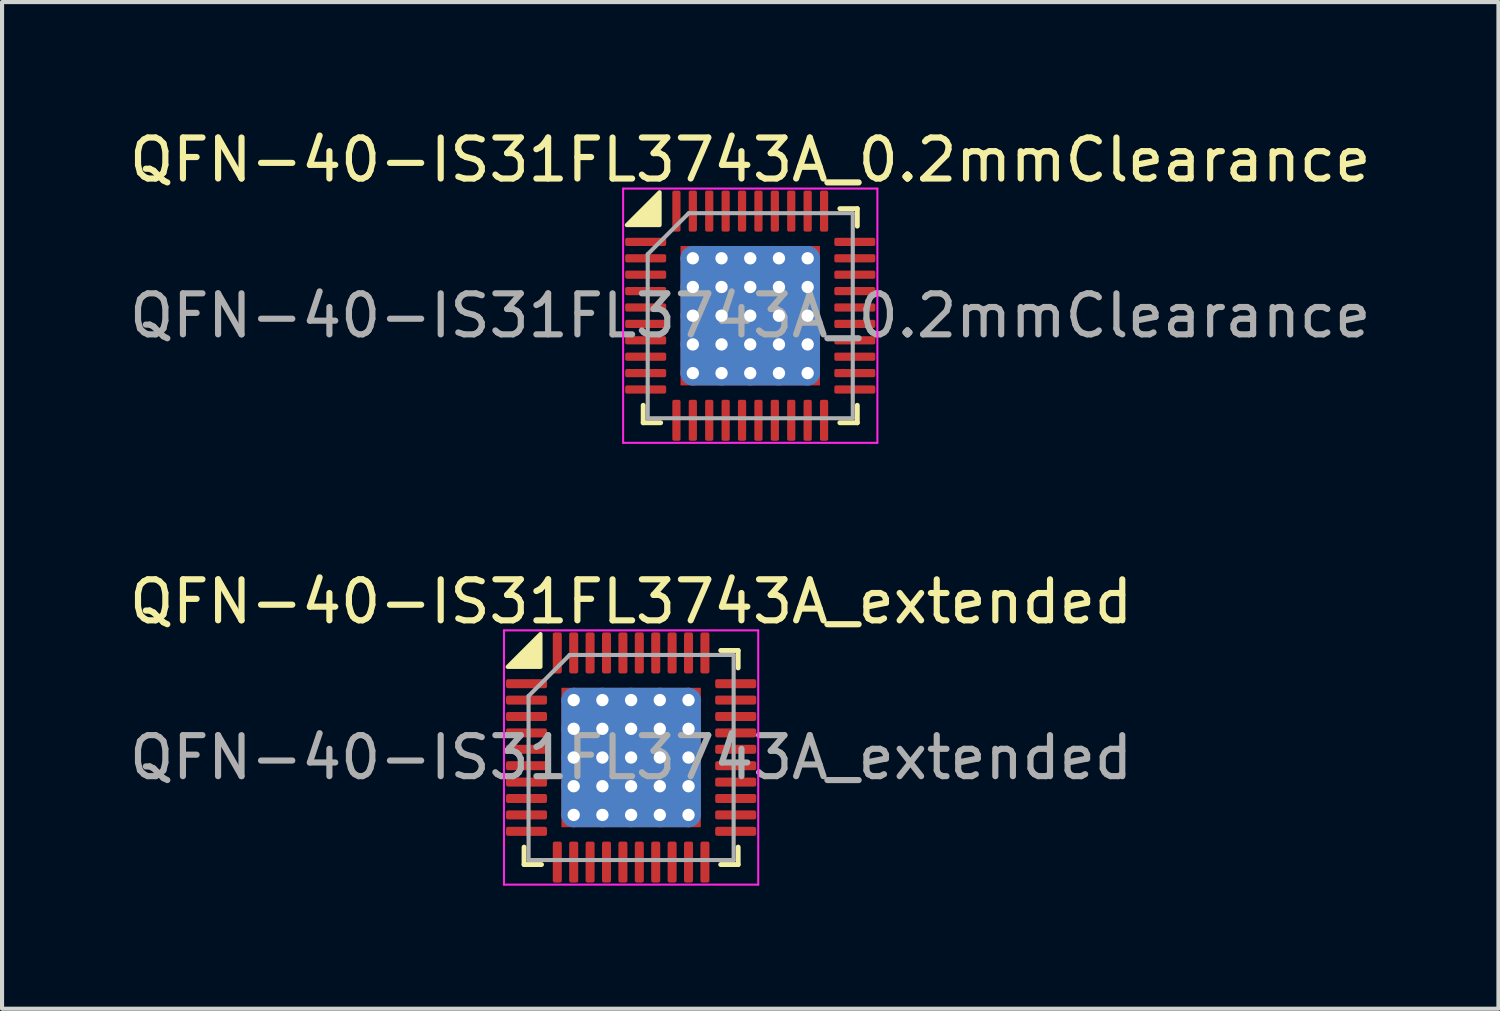
<source format=kicad_pcb>
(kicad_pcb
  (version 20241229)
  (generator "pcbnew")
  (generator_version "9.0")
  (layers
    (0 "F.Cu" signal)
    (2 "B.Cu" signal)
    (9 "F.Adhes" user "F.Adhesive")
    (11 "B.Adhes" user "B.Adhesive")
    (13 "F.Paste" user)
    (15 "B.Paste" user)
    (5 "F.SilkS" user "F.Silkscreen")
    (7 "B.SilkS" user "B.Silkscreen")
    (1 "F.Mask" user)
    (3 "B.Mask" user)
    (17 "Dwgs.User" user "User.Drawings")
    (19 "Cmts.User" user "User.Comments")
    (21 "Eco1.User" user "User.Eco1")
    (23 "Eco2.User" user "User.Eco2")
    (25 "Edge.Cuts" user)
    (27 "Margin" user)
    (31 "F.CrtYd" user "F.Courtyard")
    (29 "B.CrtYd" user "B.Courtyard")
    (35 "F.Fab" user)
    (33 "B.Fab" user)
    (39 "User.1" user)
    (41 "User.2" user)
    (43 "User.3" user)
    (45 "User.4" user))
  (footprint "QFN-40-IS31FL3743A_extended"
    (layer "F.Cu")
    (at 12.339 15.421)
    (property "Reference" "QFN-40-IS31FL3743A_extended" (at 0 -3.8 0) (layer "F.SilkS") (effects (font (size 1 1) (thickness 0.15))))
    (attr smd)
    (fp_line (start -2.61 2.61) (end -2.61 2.185) (stroke (width 0.12) (type solid)) (layer "F.SilkS"))
    (fp_line (start -2.185 2.61) (end -2.61 2.61) (stroke (width 0.12) (type solid)) (layer "F.SilkS"))
    (fp_line (start 2.185 -2.61) (end 2.61 -2.61) (stroke (width 0.12) (type solid)) (layer "F.SilkS"))
    (fp_line (start 2.185 2.61) (end 2.61 2.61) (stroke (width 0.12) (type solid)) (layer "F.SilkS"))
    (fp_line (start 2.61 -2.61) (end 2.61 -2.185) (stroke (width 0.12) (type solid)) (layer "F.SilkS"))
    (fp_line (start 2.61 2.61) (end 2.61 2.185) (stroke (width 0.12) (type solid)) (layer "F.SilkS"))
    (fp_poly (pts (xy -2.21 -2.21) (xy -3.01 -2.21) (xy -2.21 -3.01)) (stroke (width 0.1) (type solid)) (fill yes) (layer "F.SilkS"))
    (fp_line (start -3.1 -3.1) (end -3.1 3.1) (stroke (width 0.05) (type solid)) (layer "F.CrtYd"))
    (fp_line (start -3.1 3.1) (end 3.1 3.1) (stroke (width 0.05) (type solid)) (layer "F.CrtYd"))
    (fp_line (start 3.1 -3.1) (end -3.1 -3.1) (stroke (width 0.05) (type solid)) (layer "F.CrtYd"))
    (fp_line (start 3.1 3.1) (end 3.1 -3.1) (stroke (width 0.05) (type solid)) (layer "F.CrtYd"))
    (fp_line (start -2.5 -1.5) (end -1.5 -2.5) (stroke (width 0.1) (type solid)) (layer "F.Fab"))
    (fp_line (start -2.5 2.5) (end -2.5 -1.5) (stroke (width 0.1) (type solid)) (layer "F.Fab"))
    (fp_line (start -1.5 -2.5) (end 2.5 -2.5) (stroke (width 0.1) (type solid)) (layer "F.Fab"))
    (fp_line (start 2.5 -2.5) (end 2.5 2.5) (stroke (width 0.1) (type solid)) (layer "F.Fab"))
    (fp_line (start 2.5 2.5) (end -2.5 2.5) (stroke (width 0.1) (type solid)) (layer "F.Fab"))
    (fp_text user "${REFERENCE}" (at 0 0 0) (layer "F.Fab") (effects (font (size 1 1) (thickness 0.15))))
    (pad "" smd roundrect (at -1.2 -1.2) (size 0.97 0.97) (layers "F.Paste") (roundrect_rratio 0.25))
    (pad "" smd roundrect (at -1.2 0) (size 0.97 0.97) (layers "F.Paste") (roundrect_rratio 0.25))
    (pad "" smd roundrect (at -1.2 1.2) (size 0.97 0.97) (layers "F.Paste") (roundrect_rratio 0.25))
    (pad "" smd roundrect (at 0 -1.2) (size 0.97 0.97) (layers "F.Paste") (roundrect_rratio 0.25))
    (pad "" smd roundrect (at 0 0) (size 0.97 0.97) (layers "F.Paste") (roundrect_rratio 0.25))
    (pad "" smd roundrect (at 0 1.2) (size 0.97 0.97) (layers "F.Paste") (roundrect_rratio 0.25))
    (pad "" smd roundrect (at 1.2 -1.2) (size 0.97 0.97) (layers "F.Paste") (roundrect_rratio 0.25))
    (pad "" smd roundrect (at 1.2 0) (size 0.97 0.97) (layers "F.Paste") (roundrect_rratio 0.25))
    (pad "" smd roundrect (at 1.2 1.2) (size 0.97 0.97) (layers "F.Paste") (roundrect_rratio 0.25))
    (pad "1" smd roundrect (at -2.55 -1.8) (size 1 0.22) (layers "F.Cu" "F.Mask" "F.Paste") (roundrect_rratio 0.22))
    (pad "2" smd roundrect (at -2.55 -1.4) (size 1 0.22) (layers "F.Cu" "F.Mask" "F.Paste") (roundrect_rratio 0.22))
    (pad "3" smd roundrect (at -2.55 -1) (size 1 0.22) (layers "F.Cu" "F.Mask" "F.Paste") (roundrect_rratio 0.22))
    (pad "4" smd roundrect (at -2.55 -0.6) (size 1 0.22) (layers "F.Cu" "F.Mask" "F.Paste") (roundrect_rratio 0.22))
    (pad "5" smd roundrect (at -2.55 -0.2) (size 1 0.22) (layers "F.Cu" "F.Mask" "F.Paste") (roundrect_rratio 0.22))
    (pad "6" smd roundrect (at -2.55 0.2) (size 1 0.22) (layers "F.Cu" "F.Mask" "F.Paste") (roundrect_rratio 0.22))
    (pad "7" smd roundrect (at -2.55 0.6) (size 1 0.22) (layers "F.Cu" "F.Mask" "F.Paste") (roundrect_rratio 0.22))
    (pad "8" smd roundrect (at -2.55 1) (size 1 0.22) (layers "F.Cu" "F.Mask" "F.Paste") (roundrect_rratio 0.22))
    (pad "9" smd roundrect (at -2.55 1.4) (size 1 0.22) (layers "F.Cu" "F.Mask" "F.Paste") (roundrect_rratio 0.22))
    (pad "10" smd roundrect (at -2.55 1.8) (size 1 0.22) (layers "F.Cu" "F.Mask" "F.Paste") (roundrect_rratio 0.22))
    (pad "11" smd roundrect (at -1.8 2.55) (size 0.22 1) (layers "F.Cu" "F.Mask" "F.Paste") (roundrect_rratio 0.22))
    (pad "12" smd roundrect (at -1.4 2.55) (size 0.22 1) (layers "F.Cu" "F.Mask" "F.Paste") (roundrect_rratio 0.22))
    (pad "13" smd roundrect (at -1 2.55) (size 0.22 1) (layers "F.Cu" "F.Mask" "F.Paste") (roundrect_rratio 0.22))
    (pad "14" smd roundrect (at -0.6 2.55) (size 0.22 1) (layers "F.Cu" "F.Mask" "F.Paste") (roundrect_rratio 0.22))
    (pad "15" smd roundrect (at -0.2 2.55) (size 0.22 1) (layers "F.Cu" "F.Mask" "F.Paste") (roundrect_rratio 0.22))
    (pad "16" smd roundrect (at 0.2 2.55) (size 0.22 1) (layers "F.Cu" "F.Mask" "F.Paste") (roundrect_rratio 0.22))
    (pad "17" smd roundrect (at 0.6 2.55) (size 0.22 1) (layers "F.Cu" "F.Mask" "F.Paste") (roundrect_rratio 0.22))
    (pad "18" smd roundrect (at 1 2.55) (size 0.22 1) (layers "F.Cu" "F.Mask" "F.Paste") (roundrect_rratio 0.22))
    (pad "19" smd roundrect (at 1.4 2.55) (size 0.22 1) (layers "F.Cu" "F.Mask" "F.Paste") (roundrect_rratio 0.22))
    (pad "20" smd roundrect (at 1.8 2.55) (size 0.22 1) (layers "F.Cu" "F.Mask" "F.Paste") (roundrect_rratio 0.22))
    (pad "21" smd roundrect (at 2.55 1.8) (size 1 0.22) (layers "F.Cu" "F.Mask" "F.Paste") (roundrect_rratio 0.22))
    (pad "22" smd roundrect (at 2.55 1.4) (size 1 0.22) (layers "F.Cu" "F.Mask" "F.Paste") (roundrect_rratio 0.22))
    (pad "23" smd roundrect (at 2.55 1) (size 1 0.22) (layers "F.Cu" "F.Mask" "F.Paste") (roundrect_rratio 0.22))
    (pad "24" smd roundrect (at 2.55 0.6) (size 1 0.22) (layers "F.Cu" "F.Mask" "F.Paste") (roundrect_rratio 0.22))
    (pad "25" smd roundrect (at 2.55 0.2) (size 1 0.22) (layers "F.Cu" "F.Mask" "F.Paste") (roundrect_rratio 0.22))
    (pad "26" smd roundrect (at 2.55 -0.2) (size 1 0.22) (layers "F.Cu" "F.Mask" "F.Paste") (roundrect_rratio 0.22))
    (pad "27" smd roundrect (at 2.55 -0.6) (size 1 0.22) (layers "F.Cu" "F.Mask" "F.Paste") (roundrect_rratio 0.22))
    (pad "28" smd roundrect (at 2.55 -1) (size 1 0.22) (layers "F.Cu" "F.Mask" "F.Paste") (roundrect_rratio 0.22))
    (pad "29" smd roundrect (at 2.55 -1.4) (size 1 0.22) (layers "F.Cu" "F.Mask" "F.Paste") (roundrect_rratio 0.22))
    (pad "30" smd roundrect (at 2.55 -1.8) (size 1 0.22) (layers "F.Cu" "F.Mask" "F.Paste") (roundrect_rratio 0.22))
    (pad "31" smd roundrect (at 1.8 -2.55) (size 0.22 1) (layers "F.Cu" "F.Mask" "F.Paste") (roundrect_rratio 0.22))
    (pad "32" smd roundrect (at 1.4 -2.55) (size 0.22 1) (layers "F.Cu" "F.Mask" "F.Paste") (roundrect_rratio 0.22))
    (pad "33" smd roundrect (at 1 -2.55) (size 0.22 1) (layers "F.Cu" "F.Mask" "F.Paste") (roundrect_rratio 0.22))
    (pad "34" smd roundrect (at 0.6 -2.55) (size 0.22 1) (layers "F.Cu" "F.Mask" "F.Paste") (roundrect_rratio 0.22))
    (pad "35" smd roundrect (at 0.2 -2.55) (size 0.22 1) (layers "F.Cu" "F.Mask" "F.Paste") (roundrect_rratio 0.22))
    (pad "36" smd roundrect (at -0.2 -2.55) (size 0.22 1) (layers "F.Cu" "F.Mask" "F.Paste") (roundrect_rratio 0.22))
    (pad "37" smd roundrect (at -0.6 -2.55) (size 0.22 1) (layers "F.Cu" "F.Mask" "F.Paste") (roundrect_rratio 0.22))
    (pad "38" smd roundrect (at -1 -2.55) (size 0.22 1) (layers "F.Cu" "F.Mask" "F.Paste") (roundrect_rratio 0.22))
    (pad "39" smd roundrect (at -1.4 -2.55) (size 0.22 1) (layers "F.Cu" "F.Mask" "F.Paste") (roundrect_rratio 0.22))
    (pad "40" smd roundrect (at -1.8 -2.55) (size 0.22 1) (layers "F.Cu" "F.Mask" "F.Paste") (roundrect_rratio 0.22))
    (pad "41" thru_hole circle (at -1.4 -1.4) (size 0.6 0.6) (drill 0.3) (layers "*.Cu"))
    (pad "41" thru_hole circle (at -1.4 -0.7) (size 0.6 0.6) (drill 0.3) (layers "*.Cu"))
    (pad "41" thru_hole circle (at -1.4 0) (size 0.6 0.6) (drill 0.3) (layers "*.Cu"))
    (pad "41" thru_hole circle (at -1.4 0.7) (size 0.6 0.6) (drill 0.3) (layers "*.Cu"))
    (pad "41" thru_hole circle (at -1.4 1.4) (size 0.6 0.6) (drill 0.3) (layers "*.Cu"))
    (pad "41" thru_hole circle (at -0.7 -1.4) (size 0.6 0.6) (drill 0.3) (layers "*.Cu"))
    (pad "41" thru_hole circle (at -0.7 -0.7) (size 0.6 0.6) (drill 0.3) (layers "*.Cu"))
    (pad "41" thru_hole circle (at -0.7 0) (size 0.6 0.6) (drill 0.3) (layers "*.Cu"))
    (pad "41" thru_hole circle (at -0.7 0.7) (size 0.6 0.6) (drill 0.3) (layers "*.Cu"))
    (pad "41" thru_hole circle (at -0.7 1.4) (size 0.6 0.6) (drill 0.3) (layers "*.Cu"))
    (pad "41" thru_hole circle (at 0 -1.4) (size 0.6 0.6) (drill 0.3) (layers "*.Cu"))
    (pad "41" thru_hole circle (at 0 -0.7) (size 0.6 0.6) (drill 0.3) (layers "*.Cu"))
    (pad "41" thru_hole circle (at 0 0) (size 0.6 0.6) (drill 0.3) (layers "*.Cu"))
    (pad "41" smd rect (at 0 0) (size 3.4 3.4) (layers "F.Cu" "F.Mask"))
    (pad "41" smd roundrect (at 0 0) (size 3.4 3.4) (layers "B.Cu" "B.Mask") (roundrect_rratio 0.088))
    (pad "41" thru_hole circle (at 0 0.7) (size 0.6 0.6) (drill 0.3) (layers "*.Cu"))
    (pad "41" thru_hole circle (at 0 1.4) (size 0.6 0.6) (drill 0.3) (layers "*.Cu"))
    (pad "41" thru_hole circle (at 0.7 -1.4) (size 0.6 0.6) (drill 0.3) (layers "*.Cu"))
    (pad "41" thru_hole circle (at 0.7 -0.7) (size 0.6 0.6) (drill 0.3) (layers "*.Cu"))
    (pad "41" thru_hole circle (at 0.7 0) (size 0.6 0.6) (drill 0.3) (layers "*.Cu"))
    (pad "41" thru_hole circle (at 0.7 0.7) (size 0.6 0.6) (drill 0.3) (layers "*.Cu"))
    (pad "41" thru_hole circle (at 0.7 1.4) (size 0.6 0.6) (drill 0.3) (layers "*.Cu"))
    (pad "41" thru_hole circle (at 1.4 -1.4) (size 0.6 0.6) (drill 0.3) (layers "*.Cu"))
    (pad "41" thru_hole circle (at 1.4 -0.7) (size 0.6 0.6) (drill 0.3) (layers "*.Cu"))
    (pad "41" thru_hole circle (at 1.4 0) (size 0.6 0.6) (drill 0.3) (layers "*.Cu"))
    (pad "41" thru_hole circle (at 1.4 0.7) (size 0.6 0.6) (drill 0.3) (layers "*.Cu"))
    (pad "41" thru_hole circle (at 1.4 1.4) (size 0.6 0.6) (drill 0.3) (layers "*.Cu")))
  (footprint "QFN-40-IS31FL3743A_0.2mmClearance"
    (layer "F.Cu")
    (at 15.244 4.648)
    (property "Reference" "QFN-40-IS31FL3743A_0.2mmClearance" (at 0 -3.8 0) (layer "F.SilkS") (effects (font (size 1 1) (thickness 0.15))))
    (attr smd)
    (fp_line (start -2.61 2.61) (end -2.61 2.185) (stroke (width 0.12) (type solid)) (layer "F.SilkS"))
    (fp_line (start -2.185 2.61) (end -2.61 2.61) (stroke (width 0.12) (type solid)) (layer "F.SilkS"))
    (fp_line (start 2.185 -2.61) (end 2.61 -2.61) (stroke (width 0.12) (type solid)) (layer "F.SilkS"))
    (fp_line (start 2.185 2.61) (end 2.61 2.61) (stroke (width 0.12) (type solid)) (layer "F.SilkS"))
    (fp_line (start 2.61 -2.61) (end 2.61 -2.185) (stroke (width 0.12) (type solid)) (layer "F.SilkS"))
    (fp_line (start 2.61 2.61) (end 2.61 2.185) (stroke (width 0.12) (type solid)) (layer "F.SilkS"))
    (fp_poly (pts (xy -2.21 -2.21) (xy -3.01 -2.21) (xy -2.21 -3.01)) (stroke (width 0.1) (type solid)) (fill yes) (layer "F.SilkS"))
    (fp_line (start -3.1 -3.1) (end -3.1 3.1) (stroke (width 0.05) (type solid)) (layer "F.CrtYd"))
    (fp_line (start -3.1 3.1) (end 3.1 3.1) (stroke (width 0.05) (type solid)) (layer "F.CrtYd"))
    (fp_line (start 3.1 -3.1) (end -3.1 -3.1) (stroke (width 0.05) (type solid)) (layer "F.CrtYd"))
    (fp_line (start 3.1 3.1) (end 3.1 -3.1) (stroke (width 0.05) (type solid)) (layer "F.CrtYd"))
    (fp_line (start -2.5 -1.5) (end -1.5 -2.5) (stroke (width 0.1) (type solid)) (layer "F.Fab"))
    (fp_line (start -2.5 2.5) (end -2.5 -1.5) (stroke (width 0.1) (type solid)) (layer "F.Fab"))
    (fp_line (start -1.5 -2.5) (end 2.5 -2.5) (stroke (width 0.1) (type solid)) (layer "F.Fab"))
    (fp_line (start 2.5 -2.5) (end 2.5 2.5) (stroke (width 0.1) (type solid)) (layer "F.Fab"))
    (fp_line (start 2.5 2.5) (end -2.5 2.5) (stroke (width 0.1) (type solid)) (layer "F.Fab"))
    (fp_text user "${REFERENCE}" (at 0 0 0) (layer "F.Fab") (effects (font (size 1 1) (thickness 0.15))))
    (pad "" smd roundrect (at -1.2 -1.2) (size 0.97 0.97) (layers "F.Paste") (roundrect_rratio 0.25))
    (pad "" smd roundrect (at -1.2 0) (size 0.97 0.97) (layers "F.Paste") (roundrect_rratio 0.25))
    (pad "" smd roundrect (at -1.2 1.2) (size 0.97 0.97) (layers "F.Paste") (roundrect_rratio 0.25))
    (pad "" smd roundrect (at 0 -1.2) (size 0.97 0.97) (layers "F.Paste") (roundrect_rratio 0.25))
    (pad "" smd roundrect (at 0 0) (size 0.97 0.97) (layers "F.Paste") (roundrect_rratio 0.25))
    (pad "" smd roundrect (at 0 1.2) (size 0.97 0.97) (layers "F.Paste") (roundrect_rratio 0.25))
    (pad "" smd roundrect (at 1.2 -1.2) (size 0.97 0.97) (layers "F.Paste") (roundrect_rratio 0.25))
    (pad "" smd roundrect (at 1.2 0) (size 0.97 0.97) (layers "F.Paste") (roundrect_rratio 0.25))
    (pad "" smd roundrect (at 1.2 1.2) (size 0.97 0.97) (layers "F.Paste") (roundrect_rratio 0.25))
    (pad "1" smd roundrect (at -2.55 -1.8) (size 1 0.2) (layers "F.Cu" "F.Mask" "F.Paste") (roundrect_rratio 0.22))
    (pad "2" smd roundrect (at -2.55 -1.4) (size 1 0.2) (layers "F.Cu" "F.Mask" "F.Paste") (roundrect_rratio 0.22))
    (pad "3" smd roundrect (at -2.55 -1) (size 1 0.2) (layers "F.Cu" "F.Mask" "F.Paste") (roundrect_rratio 0.22))
    (pad "4" smd roundrect (at -2.55 -0.6) (size 1 0.2) (layers "F.Cu" "F.Mask" "F.Paste") (roundrect_rratio 0.22))
    (pad "5" smd roundrect (at -2.55 -0.2) (size 1 0.2) (layers "F.Cu" "F.Mask" "F.Paste") (roundrect_rratio 0.22))
    (pad "6" smd roundrect (at -2.55 0.2) (size 1 0.2) (layers "F.Cu" "F.Mask" "F.Paste") (roundrect_rratio 0.22))
    (pad "7" smd roundrect (at -2.55 0.6) (size 1 0.2) (layers "F.Cu" "F.Mask" "F.Paste") (roundrect_rratio 0.22))
    (pad "8" smd roundrect (at -2.55 1) (size 1 0.2) (layers "F.Cu" "F.Mask" "F.Paste") (roundrect_rratio 0.22))
    (pad "9" smd roundrect (at -2.55 1.4) (size 1 0.2) (layers "F.Cu" "F.Mask" "F.Paste") (roundrect_rratio 0.22))
    (pad "10" smd roundrect (at -2.55 1.8) (size 1 0.2) (layers "F.Cu" "F.Mask" "F.Paste") (roundrect_rratio 0.22))
    (pad "11" smd roundrect (at -1.8 2.55) (size 0.2 1) (layers "F.Cu" "F.Mask" "F.Paste") (roundrect_rratio 0.22))
    (pad "12" smd roundrect (at -1.4 2.55) (size 0.2 1) (layers "F.Cu" "F.Mask" "F.Paste") (roundrect_rratio 0.22))
    (pad "13" smd roundrect (at -1 2.55) (size 0.2 1) (layers "F.Cu" "F.Mask" "F.Paste") (roundrect_rratio 0.22))
    (pad "14" smd roundrect (at -0.6 2.55) (size 0.2 1) (layers "F.Cu" "F.Mask" "F.Paste") (roundrect_rratio 0.22))
    (pad "15" smd roundrect (at -0.2 2.55) (size 0.2 1) (layers "F.Cu" "F.Mask" "F.Paste") (roundrect_rratio 0.22))
    (pad "16" smd roundrect (at 0.2 2.55) (size 0.2 1) (layers "F.Cu" "F.Mask" "F.Paste") (roundrect_rratio 0.22))
    (pad "17" smd roundrect (at 0.6 2.55) (size 0.2 1) (layers "F.Cu" "F.Mask" "F.Paste") (roundrect_rratio 0.22))
    (pad "18" smd roundrect (at 1 2.55) (size 0.2 1) (layers "F.Cu" "F.Mask" "F.Paste") (roundrect_rratio 0.22))
    (pad "19" smd roundrect (at 1.4 2.55) (size 0.2 1) (layers "F.Cu" "F.Mask" "F.Paste") (roundrect_rratio 0.22))
    (pad "20" smd roundrect (at 1.8 2.55) (size 0.2 1) (layers "F.Cu" "F.Mask" "F.Paste") (roundrect_rratio 0.22))
    (pad "21" smd roundrect (at 2.55 1.8) (size 1 0.2) (layers "F.Cu" "F.Mask" "F.Paste") (roundrect_rratio 0.22))
    (pad "22" smd roundrect (at 2.55 1.4) (size 1 0.2) (layers "F.Cu" "F.Mask" "F.Paste") (roundrect_rratio 0.22))
    (pad "23" smd roundrect (at 2.55 1) (size 1 0.2) (layers "F.Cu" "F.Mask" "F.Paste") (roundrect_rratio 0.22))
    (pad "24" smd roundrect (at 2.55 0.6) (size 1 0.2) (layers "F.Cu" "F.Mask" "F.Paste") (roundrect_rratio 0.22))
    (pad "25" smd roundrect (at 2.55 0.2) (size 1 0.2) (layers "F.Cu" "F.Mask" "F.Paste") (roundrect_rratio 0.22))
    (pad "26" smd roundrect (at 2.55 -0.2) (size 1 0.2) (layers "F.Cu" "F.Mask" "F.Paste") (roundrect_rratio 0.22))
    (pad "27" smd roundrect (at 2.55 -0.6) (size 1 0.2) (layers "F.Cu" "F.Mask" "F.Paste") (roundrect_rratio 0.22))
    (pad "28" smd roundrect (at 2.55 -1) (size 1 0.2) (layers "F.Cu" "F.Mask" "F.Paste") (roundrect_rratio 0.22))
    (pad "29" smd roundrect (at 2.55 -1.4) (size 1 0.2) (layers "F.Cu" "F.Mask" "F.Paste") (roundrect_rratio 0.22))
    (pad "30" smd roundrect (at 2.55 -1.8) (size 1 0.2) (layers "F.Cu" "F.Mask" "F.Paste") (roundrect_rratio 0.22))
    (pad "31" smd roundrect (at 1.8 -2.55) (size 0.2 1) (layers "F.Cu" "F.Mask" "F.Paste") (roundrect_rratio 0.22))
    (pad "32" smd roundrect (at 1.4 -2.55) (size 0.2 1) (layers "F.Cu" "F.Mask" "F.Paste") (roundrect_rratio 0.22))
    (pad "33" smd roundrect (at 1 -2.55) (size 0.2 1) (layers "F.Cu" "F.Mask" "F.Paste") (roundrect_rratio 0.22))
    (pad "34" smd roundrect (at 0.6 -2.55) (size 0.2 1) (layers "F.Cu" "F.Mask" "F.Paste") (roundrect_rratio 0.22))
    (pad "35" smd roundrect (at 0.2 -2.55) (size 0.2 1) (layers "F.Cu" "F.Mask" "F.Paste") (roundrect_rratio 0.22))
    (pad "36" smd roundrect (at -0.2 -2.55) (size 0.2 1) (layers "F.Cu" "F.Mask" "F.Paste") (roundrect_rratio 0.22))
    (pad "37" smd roundrect (at -0.6 -2.55) (size 0.2 1) (layers "F.Cu" "F.Mask" "F.Paste") (roundrect_rratio 0.22))
    (pad "38" smd roundrect (at -1 -2.55) (size 0.2 1) (layers "F.Cu" "F.Mask" "F.Paste") (roundrect_rratio 0.22))
    (pad "39" smd roundrect (at -1.4 -2.55) (size 0.2 1) (layers "F.Cu" "F.Mask" "F.Paste") (roundrect_rratio 0.22))
    (pad "40" smd roundrect (at -1.8 -2.55) (size 0.2 1) (layers "F.Cu" "F.Mask" "F.Paste") (roundrect_rratio 0.22))
    (pad "41" thru_hole circle (at -1.4 -1.4) (size 0.6 0.6) (drill 0.3) (layers "*.Cu"))
    (pad "41" thru_hole circle (at -1.4 -0.7) (size 0.6 0.6) (drill 0.3) (layers "*.Cu"))
    (pad "41" thru_hole circle (at -1.4 0) (size 0.6 0.6) (drill 0.3) (layers "*.Cu"))
    (pad "41" thru_hole circle (at -1.4 0.7) (size 0.6 0.6) (drill 0.3) (layers "*.Cu"))
    (pad "41" thru_hole circle (at -1.4 1.4) (size 0.6 0.6) (drill 0.3) (layers "*.Cu"))
    (pad "41" thru_hole circle (at -0.7 -1.4) (size 0.6 0.6) (drill 0.3) (layers "*.Cu"))
    (pad "41" thru_hole circle (at -0.7 -0.7) (size 0.6 0.6) (drill 0.3) (layers "*.Cu"))
    (pad "41" thru_hole circle (at -0.7 0) (size 0.6 0.6) (drill 0.3) (layers "*.Cu"))
    (pad "41" thru_hole circle (at -0.7 0.7) (size 0.6 0.6) (drill 0.3) (layers "*.Cu"))
    (pad "41" thru_hole circle (at -0.7 1.4) (size 0.6 0.6) (drill 0.3) (layers "*.Cu"))
    (pad "41" thru_hole circle (at 0 -1.4) (size 0.6 0.6) (drill 0.3) (layers "*.Cu"))
    (pad "41" thru_hole circle (at 0 -0.7) (size 0.6 0.6) (drill 0.3) (layers "*.Cu"))
    (pad "41" thru_hole circle (at 0 0) (size 0.6 0.6) (drill 0.3) (layers "*.Cu"))
    (pad "41" smd rect (at 0 0) (size 3.4 3.4) (layers "F.Cu" "F.Mask"))
    (pad "41" smd roundrect (at 0 0) (size 3.4 3.4) (layers "B.Cu" "B.Mask") (roundrect_rratio 0.088))
    (pad "41" thru_hole circle (at 0 0.7) (size 0.6 0.6) (drill 0.3) (layers "*.Cu"))
    (pad "41" thru_hole circle (at 0 1.4) (size 0.6 0.6) (drill 0.3) (layers "*.Cu"))
    (pad "41" thru_hole circle (at 0.7 -1.4) (size 0.6 0.6) (drill 0.3) (layers "*.Cu"))
    (pad "41" thru_hole circle (at 0.7 -0.7) (size 0.6 0.6) (drill 0.3) (layers "*.Cu"))
    (pad "41" thru_hole circle (at 0.7 0) (size 0.6 0.6) (drill 0.3) (layers "*.Cu"))
    (pad "41" thru_hole circle (at 0.7 0.7) (size 0.6 0.6) (drill 0.3) (layers "*.Cu"))
    (pad "41" thru_hole circle (at 0.7 1.4) (size 0.6 0.6) (drill 0.3) (layers "*.Cu"))
    (pad "41" thru_hole circle (at 1.4 -1.4) (size 0.6 0.6) (drill 0.3) (layers "*.Cu"))
    (pad "41" thru_hole circle (at 1.4 -0.7) (size 0.6 0.6) (drill 0.3) (layers "*.Cu"))
    (pad "41" thru_hole circle (at 1.4 0) (size 0.6 0.6) (drill 0.3) (layers "*.Cu"))
    (pad "41" thru_hole circle (at 1.4 0.7) (size 0.6 0.6) (drill 0.3) (layers "*.Cu"))
    (pad "41" thru_hole circle (at 1.4 1.4) (size 0.6 0.6) (drill 0.3) (layers "*.Cu")))
  (gr_rect
    (start -3 -3)
    (end 33.488 21.547)
    (stroke (width 0.1) (type default))
    (fill no)
    (layer "Edge.Cuts")))
</source>
